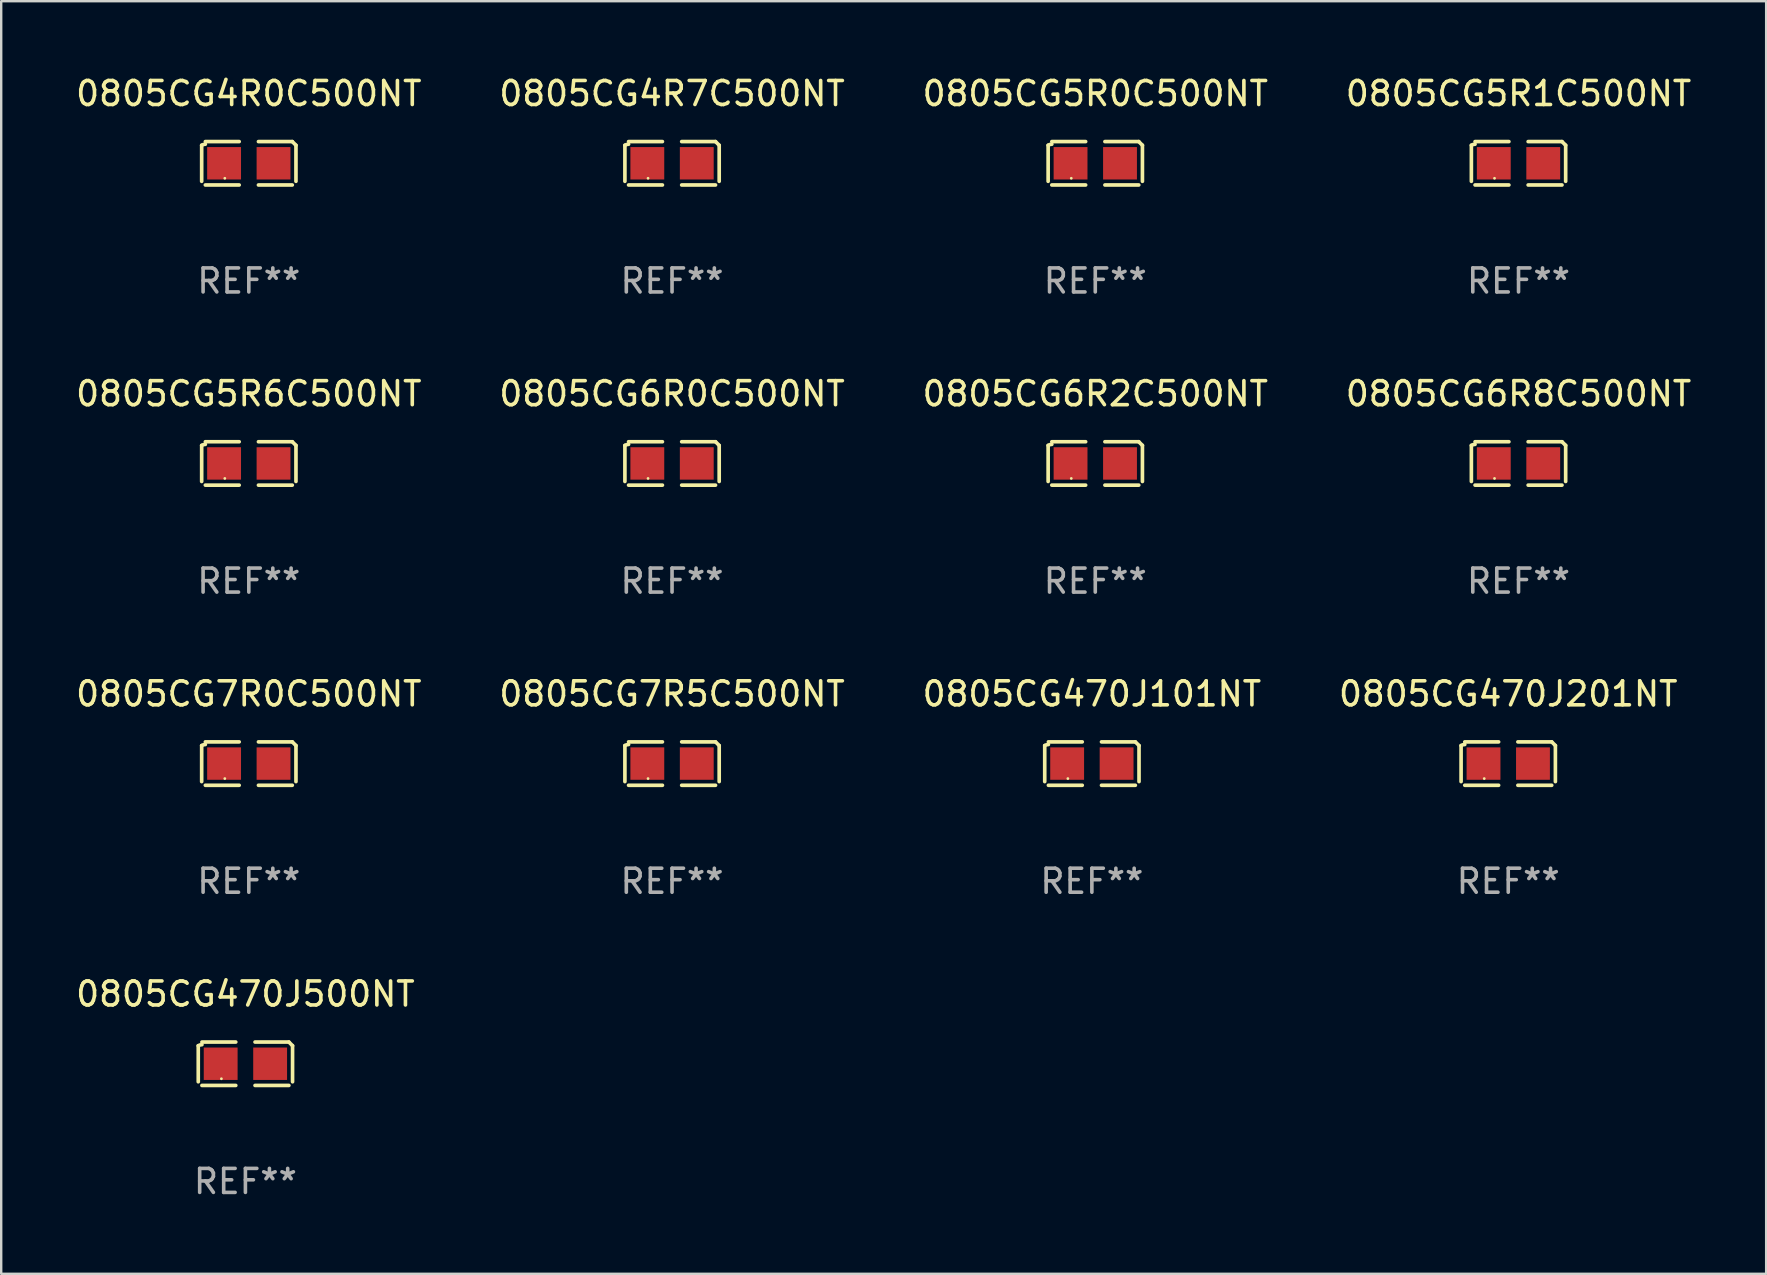
<source format=kicad_pcb>
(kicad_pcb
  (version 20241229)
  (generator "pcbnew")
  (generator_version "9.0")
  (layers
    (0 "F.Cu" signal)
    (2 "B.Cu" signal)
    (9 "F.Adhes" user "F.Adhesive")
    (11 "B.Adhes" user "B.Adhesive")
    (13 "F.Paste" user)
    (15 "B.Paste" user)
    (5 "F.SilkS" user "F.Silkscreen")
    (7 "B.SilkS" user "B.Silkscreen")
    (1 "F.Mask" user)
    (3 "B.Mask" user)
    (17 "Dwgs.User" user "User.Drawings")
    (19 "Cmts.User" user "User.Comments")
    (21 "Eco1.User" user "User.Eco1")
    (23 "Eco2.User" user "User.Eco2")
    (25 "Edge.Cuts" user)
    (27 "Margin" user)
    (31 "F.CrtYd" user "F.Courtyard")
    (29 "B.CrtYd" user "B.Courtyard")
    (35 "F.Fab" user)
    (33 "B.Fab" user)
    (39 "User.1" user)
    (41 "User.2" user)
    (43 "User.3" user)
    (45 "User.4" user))
  (footprint "0805CG6R2C500NT"
    (layer "F.Cu")
    (at 42.577 16.256)
    (property "Reference" "0805CG6R2C500NT" (at 0 -2.904 0) (layer "F.SilkS") (effects (font (size 1 1) (thickness 0.15))))
    (attr through_hole)
    (fp_line (start -1.964 0.751) (end -1.964 -0.751) (stroke (width 0.152) (type solid)) (layer "F.SilkS"))
    (fp_line (start -1.811 -0.904) (end -0.401 -0.904) (stroke (width 0.152) (type solid)) (layer "F.SilkS"))
    (fp_line (start -0.401 0.904) (end -1.811 0.904) (stroke (width 0.152) (type solid)) (layer "F.SilkS"))
    (fp_line (start 0.401 0.904) (end 1.811 0.904) (stroke (width 0.152) (type solid)) (layer "F.SilkS"))
    (fp_line (start 1.811 -0.904) (end 0.401 -0.904) (stroke (width 0.152) (type solid)) (layer "F.SilkS"))
    (fp_line (start 1.964 0.751) (end 1.964 -0.751) (stroke (width 0.152) (type solid)) (layer "F.SilkS"))
    (fp_arc (start -1.963602 -0.751207) (mid -1.890354 -0.783131) (end -1.811201 -0.794044) (stroke (width 0.1524) (type solid)) (layer "F.SilkS"))
    (fp_arc (start 1.811202 -0.903607) (mid 1.887413 -0.827418) (end 1.963602 -0.751207) (stroke (width 0.1524) (type solid)) (layer "F.SilkS"))
    (fp_circle (center -1 0.625) (end -0.97 0.625) (stroke (width 0.06) (type solid)) (fill no) (layer "F.SilkS"))
    (fp_text user "REF**" (at 0 4.904 0) (layer "F.Fab") (effects (font (size 1 1) (thickness 0.15))))
    (pad "1" smd rect (at -1.03 0) (size 1.41 1.35) (layers "F.Cu" "F.Mask" "F.Paste"))
    (pad "2" smd rect (at 1.03 0) (size 1.41 1.35) (layers "F.Cu" "F.Mask" "F.Paste")))
  (footprint "0805CG5R0C500NT"
    (layer "F.Cu")
    (at 42.577 3.752)
    (property "Reference" "0805CG5R0C500NT" (at 0 -2.904 0) (layer "F.SilkS") (effects (font (size 1 1) (thickness 0.15))))
    (attr through_hole)
    (fp_line (start -1.964 0.751) (end -1.964 -0.751) (stroke (width 0.152) (type solid)) (layer "F.SilkS"))
    (fp_line (start -1.811 -0.904) (end -0.401 -0.904) (stroke (width 0.152) (type solid)) (layer "F.SilkS"))
    (fp_line (start -0.401 0.904) (end -1.811 0.904) (stroke (width 0.152) (type solid)) (layer "F.SilkS"))
    (fp_line (start 0.401 0.904) (end 1.811 0.904) (stroke (width 0.152) (type solid)) (layer "F.SilkS"))
    (fp_line (start 1.811 -0.904) (end 0.401 -0.904) (stroke (width 0.152) (type solid)) (layer "F.SilkS"))
    (fp_line (start 1.964 0.751) (end 1.964 -0.751) (stroke (width 0.152) (type solid)) (layer "F.SilkS"))
    (fp_arc (start -1.963602 -0.751207) (mid -1.890354 -0.783131) (end -1.811201 -0.794044) (stroke (width 0.1524) (type solid)) (layer "F.SilkS"))
    (fp_arc (start 1.811202 -0.903607) (mid 1.887413 -0.827418) (end 1.963602 -0.751207) (stroke (width 0.1524) (type solid)) (layer "F.SilkS"))
    (fp_circle (center -1 0.625) (end -0.97 0.625) (stroke (width 0.06) (type solid)) (fill no) (layer "F.SilkS"))
    (fp_text user "REF**" (at 0 4.904 0) (layer "F.Fab") (effects (font (size 1 1) (thickness 0.15))))
    (pad "1" smd rect (at -1.03 0) (size 1.41 1.35) (layers "F.Cu" "F.Mask" "F.Paste"))
    (pad "2" smd rect (at 1.03 0) (size 1.41 1.35) (layers "F.Cu" "F.Mask" "F.Paste")))
  (footprint "0805CG7R0C500NT"
    (layer "F.Cu")
    (at 7.315 28.759)
    (property "Reference" "0805CG7R0C500NT" (at 0 -2.904 0) (layer "F.SilkS") (effects (font (size 1 1) (thickness 0.15))))
    (attr through_hole)
    (fp_line (start -1.964 0.751) (end -1.964 -0.751) (stroke (width 0.152) (type solid)) (layer "F.SilkS"))
    (fp_line (start -1.811 -0.904) (end -0.401 -0.904) (stroke (width 0.152) (type solid)) (layer "F.SilkS"))
    (fp_line (start -0.401 0.904) (end -1.811 0.904) (stroke (width 0.152) (type solid)) (layer "F.SilkS"))
    (fp_line (start 0.401 0.904) (end 1.811 0.904) (stroke (width 0.152) (type solid)) (layer "F.SilkS"))
    (fp_line (start 1.811 -0.904) (end 0.401 -0.904) (stroke (width 0.152) (type solid)) (layer "F.SilkS"))
    (fp_line (start 1.964 0.751) (end 1.964 -0.751) (stroke (width 0.152) (type solid)) (layer "F.SilkS"))
    (fp_arc (start -1.963602 -0.751207) (mid -1.890354 -0.783131) (end -1.811201 -0.794044) (stroke (width 0.1524) (type solid)) (layer "F.SilkS"))
    (fp_arc (start 1.811202 -0.903607) (mid 1.887413 -0.827418) (end 1.963602 -0.751207) (stroke (width 0.1524) (type solid)) (layer "F.SilkS"))
    (fp_circle (center -1 0.625) (end -0.97 0.625) (stroke (width 0.06) (type solid)) (fill no) (layer "F.SilkS"))
    (fp_text user "REF**" (at 0 4.904 0) (layer "F.Fab") (effects (font (size 1 1) (thickness 0.15))))
    (pad "1" smd rect (at -1.03 0) (size 1.41 1.35) (layers "F.Cu" "F.Mask" "F.Paste"))
    (pad "2" smd rect (at 1.03 0) (size 1.41 1.35) (layers "F.Cu" "F.Mask" "F.Paste")))
  (footprint "0805CG6R0C500NT"
    (layer "F.Cu")
    (at 24.946 16.256)
    (property "Reference" "0805CG6R0C500NT" (at 0 -2.904 0) (layer "F.SilkS") (effects (font (size 1 1) (thickness 0.15))))
    (attr through_hole)
    (fp_line (start -1.964 0.751) (end -1.964 -0.751) (stroke (width 0.152) (type solid)) (layer "F.SilkS"))
    (fp_line (start -1.811 -0.904) (end -0.401 -0.904) (stroke (width 0.152) (type solid)) (layer "F.SilkS"))
    (fp_line (start -0.401 0.904) (end -1.811 0.904) (stroke (width 0.152) (type solid)) (layer "F.SilkS"))
    (fp_line (start 0.401 0.904) (end 1.811 0.904) (stroke (width 0.152) (type solid)) (layer "F.SilkS"))
    (fp_line (start 1.811 -0.904) (end 0.401 -0.904) (stroke (width 0.152) (type solid)) (layer "F.SilkS"))
    (fp_line (start 1.964 0.751) (end 1.964 -0.751) (stroke (width 0.152) (type solid)) (layer "F.SilkS"))
    (fp_arc (start -1.963602 -0.751207) (mid -1.890354 -0.783131) (end -1.811201 -0.794044) (stroke (width 0.1524) (type solid)) (layer "F.SilkS"))
    (fp_arc (start 1.811202 -0.903607) (mid 1.887413 -0.827418) (end 1.963602 -0.751207) (stroke (width 0.1524) (type solid)) (layer "F.SilkS"))
    (fp_circle (center -1 0.625) (end -0.97 0.625) (stroke (width 0.06) (type solid)) (fill no) (layer "F.SilkS"))
    (fp_text user "REF**" (at 0 4.904 0) (layer "F.Fab") (effects (font (size 1 1) (thickness 0.15))))
    (pad "1" smd rect (at -1.03 0) (size 1.41 1.35) (layers "F.Cu" "F.Mask" "F.Paste"))
    (pad "2" smd rect (at 1.03 0) (size 1.41 1.35) (layers "F.Cu" "F.Mask" "F.Paste")))
  (footprint "0805CG470J201NT"
    (layer "F.Cu")
    (at 59.78 28.759)
    (property "Reference" "0805CG470J201NT" (at 0 -2.904 0) (layer "F.SilkS") (effects (font (size 1 1) (thickness 0.15))))
    (attr through_hole)
    (fp_line (start -1.964 0.751) (end -1.964 -0.751) (stroke (width 0.152) (type solid)) (layer "F.SilkS"))
    (fp_line (start -1.811 -0.904) (end -0.401 -0.904) (stroke (width 0.152) (type solid)) (layer "F.SilkS"))
    (fp_line (start -0.401 0.904) (end -1.811 0.904) (stroke (width 0.152) (type solid)) (layer "F.SilkS"))
    (fp_line (start 0.401 0.904) (end 1.811 0.904) (stroke (width 0.152) (type solid)) (layer "F.SilkS"))
    (fp_line (start 1.811 -0.904) (end 0.401 -0.904) (stroke (width 0.152) (type solid)) (layer "F.SilkS"))
    (fp_line (start 1.964 0.751) (end 1.964 -0.751) (stroke (width 0.152) (type solid)) (layer "F.SilkS"))
    (fp_arc (start -1.963602 -0.751207) (mid -1.890354 -0.783131) (end -1.811201 -0.794044) (stroke (width 0.1524) (type solid)) (layer "F.SilkS"))
    (fp_arc (start 1.811202 -0.903607) (mid 1.887413 -0.827418) (end 1.963602 -0.751207) (stroke (width 0.1524) (type solid)) (layer "F.SilkS"))
    (fp_circle (center -1 0.625) (end -0.97 0.625) (stroke (width 0.06) (type solid)) (fill no) (layer "F.SilkS"))
    (fp_text user "REF**" (at 0 4.904 0) (layer "F.Fab") (effects (font (size 1 1) (thickness 0.15))))
    (pad "1" smd rect (at -1.03 0) (size 1.41 1.35) (layers "F.Cu" "F.Mask" "F.Paste"))
    (pad "2" smd rect (at 1.03 0) (size 1.41 1.35) (layers "F.Cu" "F.Mask" "F.Paste")))
  (footprint "0805CG5R6C500NT"
    (layer "F.Cu")
    (at 7.315 16.256)
    (property "Reference" "0805CG5R6C500NT" (at 0 -2.904 0) (layer "F.SilkS") (effects (font (size 1 1) (thickness 0.15))))
    (attr through_hole)
    (fp_line (start -1.964 0.751) (end -1.964 -0.751) (stroke (width 0.152) (type solid)) (layer "F.SilkS"))
    (fp_line (start -1.811 -0.904) (end -0.401 -0.904) (stroke (width 0.152) (type solid)) (layer "F.SilkS"))
    (fp_line (start -0.401 0.904) (end -1.811 0.904) (stroke (width 0.152) (type solid)) (layer "F.SilkS"))
    (fp_line (start 0.401 0.904) (end 1.811 0.904) (stroke (width 0.152) (type solid)) (layer "F.SilkS"))
    (fp_line (start 1.811 -0.904) (end 0.401 -0.904) (stroke (width 0.152) (type solid)) (layer "F.SilkS"))
    (fp_line (start 1.964 0.751) (end 1.964 -0.751) (stroke (width 0.152) (type solid)) (layer "F.SilkS"))
    (fp_arc (start -1.963602 -0.751207) (mid -1.890354 -0.783131) (end -1.811201 -0.794044) (stroke (width 0.1524) (type solid)) (layer "F.SilkS"))
    (fp_arc (start 1.811202 -0.903607) (mid 1.887413 -0.827418) (end 1.963602 -0.751207) (stroke (width 0.1524) (type solid)) (layer "F.SilkS"))
    (fp_circle (center -1 0.625) (end -0.97 0.625) (stroke (width 0.06) (type solid)) (fill no) (layer "F.SilkS"))
    (fp_text user "REF**" (at 0 4.904 0) (layer "F.Fab") (effects (font (size 1 1) (thickness 0.15))))
    (pad "1" smd rect (at -1.03 0) (size 1.41 1.35) (layers "F.Cu" "F.Mask" "F.Paste"))
    (pad "2" smd rect (at 1.03 0) (size 1.41 1.35) (layers "F.Cu" "F.Mask" "F.Paste")))
  (footprint "0805CG5R1C500NT"
    (layer "F.Cu")
    (at 60.208 3.752)
    (property "Reference" "0805CG5R1C500NT" (at 0 -2.904 0) (layer "F.SilkS") (effects (font (size 1 1) (thickness 0.15))))
    (attr through_hole)
    (fp_line (start -1.964 0.751) (end -1.964 -0.751) (stroke (width 0.152) (type solid)) (layer "F.SilkS"))
    (fp_line (start -1.811 -0.904) (end -0.401 -0.904) (stroke (width 0.152) (type solid)) (layer "F.SilkS"))
    (fp_line (start -0.401 0.904) (end -1.811 0.904) (stroke (width 0.152) (type solid)) (layer "F.SilkS"))
    (fp_line (start 0.401 0.904) (end 1.811 0.904) (stroke (width 0.152) (type solid)) (layer "F.SilkS"))
    (fp_line (start 1.811 -0.904) (end 0.401 -0.904) (stroke (width 0.152) (type solid)) (layer "F.SilkS"))
    (fp_line (start 1.964 0.751) (end 1.964 -0.751) (stroke (width 0.152) (type solid)) (layer "F.SilkS"))
    (fp_arc (start -1.963602 -0.751207) (mid -1.890354 -0.783131) (end -1.811201 -0.794044) (stroke (width 0.1524) (type solid)) (layer "F.SilkS"))
    (fp_arc (start 1.811202 -0.903607) (mid 1.887413 -0.827418) (end 1.963602 -0.751207) (stroke (width 0.1524) (type solid)) (layer "F.SilkS"))
    (fp_circle (center -1 0.625) (end -0.97 0.625) (stroke (width 0.06) (type solid)) (fill no) (layer "F.SilkS"))
    (fp_text user "REF**" (at 0 4.904 0) (layer "F.Fab") (effects (font (size 1 1) (thickness 0.15))))
    (pad "1" smd rect (at -1.03 0) (size 1.41 1.35) (layers "F.Cu" "F.Mask" "F.Paste"))
    (pad "2" smd rect (at 1.03 0) (size 1.41 1.35) (layers "F.Cu" "F.Mask" "F.Paste")))
  (footprint "0805CG7R5C500NT"
    (layer "F.Cu")
    (at 24.946 28.759)
    (property "Reference" "0805CG7R5C500NT" (at 0 -2.904 0) (layer "F.SilkS") (effects (font (size 1 1) (thickness 0.15))))
    (attr through_hole)
    (fp_line (start -1.964 0.751) (end -1.964 -0.751) (stroke (width 0.152) (type solid)) (layer "F.SilkS"))
    (fp_line (start -1.811 -0.904) (end -0.401 -0.904) (stroke (width 0.152) (type solid)) (layer "F.SilkS"))
    (fp_line (start -0.401 0.904) (end -1.811 0.904) (stroke (width 0.152) (type solid)) (layer "F.SilkS"))
    (fp_line (start 0.401 0.904) (end 1.811 0.904) (stroke (width 0.152) (type solid)) (layer "F.SilkS"))
    (fp_line (start 1.811 -0.904) (end 0.401 -0.904) (stroke (width 0.152) (type solid)) (layer "F.SilkS"))
    (fp_line (start 1.964 0.751) (end 1.964 -0.751) (stroke (width 0.152) (type solid)) (layer "F.SilkS"))
    (fp_arc (start -1.963602 -0.751207) (mid -1.890354 -0.783131) (end -1.811201 -0.794044) (stroke (width 0.1524) (type solid)) (layer "F.SilkS"))
    (fp_arc (start 1.811202 -0.903607) (mid 1.887413 -0.827418) (end 1.963602 -0.751207) (stroke (width 0.1524) (type solid)) (layer "F.SilkS"))
    (fp_circle (center -1 0.625) (end -0.97 0.625) (stroke (width 0.06) (type solid)) (fill no) (layer "F.SilkS"))
    (fp_text user "REF**" (at 0 4.904 0) (layer "F.Fab") (effects (font (size 1 1) (thickness 0.15))))
    (pad "1" smd rect (at -1.03 0) (size 1.41 1.35) (layers "F.Cu" "F.Mask" "F.Paste"))
    (pad "2" smd rect (at 1.03 0) (size 1.41 1.35) (layers "F.Cu" "F.Mask" "F.Paste")))
  (footprint "0805CG470J101NT"
    (layer "F.Cu")
    (at 42.435 28.759)
    (property "Reference" "0805CG470J101NT" (at 0 -2.904 0) (layer "F.SilkS") (effects (font (size 1 1) (thickness 0.15))))
    (attr through_hole)
    (fp_line (start -1.964 0.751) (end -1.964 -0.751) (stroke (width 0.152) (type solid)) (layer "F.SilkS"))
    (fp_line (start -1.811 -0.904) (end -0.401 -0.904) (stroke (width 0.152) (type solid)) (layer "F.SilkS"))
    (fp_line (start -0.401 0.904) (end -1.811 0.904) (stroke (width 0.152) (type solid)) (layer "F.SilkS"))
    (fp_line (start 0.401 0.904) (end 1.811 0.904) (stroke (width 0.152) (type solid)) (layer "F.SilkS"))
    (fp_line (start 1.811 -0.904) (end 0.401 -0.904) (stroke (width 0.152) (type solid)) (layer "F.SilkS"))
    (fp_line (start 1.964 0.751) (end 1.964 -0.751) (stroke (width 0.152) (type solid)) (layer "F.SilkS"))
    (fp_arc (start -1.963602 -0.751207) (mid -1.890354 -0.783131) (end -1.811201 -0.794044) (stroke (width 0.1524) (type solid)) (layer "F.SilkS"))
    (fp_arc (start 1.811202 -0.903607) (mid 1.887413 -0.827418) (end 1.963602 -0.751207) (stroke (width 0.1524) (type solid)) (layer "F.SilkS"))
    (fp_circle (center -1 0.625) (end -0.97 0.625) (stroke (width 0.06) (type solid)) (fill no) (layer "F.SilkS"))
    (fp_text user "REF**" (at 0 4.904 0) (layer "F.Fab") (effects (font (size 1 1) (thickness 0.15))))
    (pad "1" smd rect (at -1.03 0) (size 1.41 1.35) (layers "F.Cu" "F.Mask" "F.Paste"))
    (pad "2" smd rect (at 1.03 0) (size 1.41 1.35) (layers "F.Cu" "F.Mask" "F.Paste")))
  (footprint "0805CG4R7C500NT"
    (layer "F.Cu")
    (at 24.946 3.752)
    (property "Reference" "0805CG4R7C500NT" (at 0 -2.904 0) (layer "F.SilkS") (effects (font (size 1 1) (thickness 0.15))))
    (attr through_hole)
    (fp_line (start -1.964 0.751) (end -1.964 -0.751) (stroke (width 0.152) (type solid)) (layer "F.SilkS"))
    (fp_line (start -1.811 -0.904) (end -0.401 -0.904) (stroke (width 0.152) (type solid)) (layer "F.SilkS"))
    (fp_line (start -0.401 0.904) (end -1.811 0.904) (stroke (width 0.152) (type solid)) (layer "F.SilkS"))
    (fp_line (start 0.401 0.904) (end 1.811 0.904) (stroke (width 0.152) (type solid)) (layer "F.SilkS"))
    (fp_line (start 1.811 -0.904) (end 0.401 -0.904) (stroke (width 0.152) (type solid)) (layer "F.SilkS"))
    (fp_line (start 1.964 0.751) (end 1.964 -0.751) (stroke (width 0.152) (type solid)) (layer "F.SilkS"))
    (fp_arc (start -1.963602 -0.751207) (mid -1.890354 -0.783131) (end -1.811201 -0.794044) (stroke (width 0.1524) (type solid)) (layer "F.SilkS"))
    (fp_arc (start 1.811202 -0.903607) (mid 1.887413 -0.827418) (end 1.963602 -0.751207) (stroke (width 0.1524) (type solid)) (layer "F.SilkS"))
    (fp_circle (center -1 0.625) (end -0.97 0.625) (stroke (width 0.06) (type solid)) (fill no) (layer "F.SilkS"))
    (fp_text user "REF**" (at 0 4.904 0) (layer "F.Fab") (effects (font (size 1 1) (thickness 0.15))))
    (pad "1" smd rect (at -1.03 0) (size 1.41 1.35) (layers "F.Cu" "F.Mask" "F.Paste"))
    (pad "2" smd rect (at 1.03 0) (size 1.41 1.35) (layers "F.Cu" "F.Mask" "F.Paste")))
  (footprint "0805CG4R0C500NT"
    (layer "F.Cu")
    (at 7.315 3.752)
    (property "Reference" "0805CG4R0C500NT" (at 0 -2.904 0) (layer "F.SilkS") (effects (font (size 1 1) (thickness 0.15))))
    (attr through_hole)
    (fp_line (start -1.964 0.751) (end -1.964 -0.751) (stroke (width 0.152) (type solid)) (layer "F.SilkS"))
    (fp_line (start -1.811 -0.904) (end -0.401 -0.904) (stroke (width 0.152) (type solid)) (layer "F.SilkS"))
    (fp_line (start -0.401 0.904) (end -1.811 0.904) (stroke (width 0.152) (type solid)) (layer "F.SilkS"))
    (fp_line (start 0.401 0.904) (end 1.811 0.904) (stroke (width 0.152) (type solid)) (layer "F.SilkS"))
    (fp_line (start 1.811 -0.904) (end 0.401 -0.904) (stroke (width 0.152) (type solid)) (layer "F.SilkS"))
    (fp_line (start 1.964 0.751) (end 1.964 -0.751) (stroke (width 0.152) (type solid)) (layer "F.SilkS"))
    (fp_arc (start -1.963602 -0.751207) (mid -1.890354 -0.783131) (end -1.811201 -0.794044) (stroke (width 0.1524) (type solid)) (layer "F.SilkS"))
    (fp_arc (start 1.811202 -0.903607) (mid 1.887413 -0.827418) (end 1.963602 -0.751207) (stroke (width 0.1524) (type solid)) (layer "F.SilkS"))
    (fp_circle (center -1 0.625) (end -0.97 0.625) (stroke (width 0.06) (type solid)) (fill no) (layer "F.SilkS"))
    (fp_text user "REF**" (at 0 4.904 0) (layer "F.Fab") (effects (font (size 1 1) (thickness 0.15))))
    (pad "1" smd rect (at -1.03 0) (size 1.41 1.35) (layers "F.Cu" "F.Mask" "F.Paste"))
    (pad "2" smd rect (at 1.03 0) (size 1.41 1.35) (layers "F.Cu" "F.Mask" "F.Paste")))
  (footprint "0805CG470J500NT"
    (layer "F.Cu")
    (at 7.173 41.263)
    (property "Reference" "0805CG470J500NT" (at 0 -2.904 0) (layer "F.SilkS") (effects (font (size 1 1) (thickness 0.15))))
    (attr through_hole)
    (fp_line (start -1.964 0.751) (end -1.964 -0.751) (stroke (width 0.152) (type solid)) (layer "F.SilkS"))
    (fp_line (start -1.811 -0.904) (end -0.401 -0.904) (stroke (width 0.152) (type solid)) (layer "F.SilkS"))
    (fp_line (start -0.401 0.904) (end -1.811 0.904) (stroke (width 0.152) (type solid)) (layer "F.SilkS"))
    (fp_line (start 0.401 0.904) (end 1.811 0.904) (stroke (width 0.152) (type solid)) (layer "F.SilkS"))
    (fp_line (start 1.811 -0.904) (end 0.401 -0.904) (stroke (width 0.152) (type solid)) (layer "F.SilkS"))
    (fp_line (start 1.964 0.751) (end 1.964 -0.751) (stroke (width 0.152) (type solid)) (layer "F.SilkS"))
    (fp_arc (start -1.963602 -0.751207) (mid -1.890354 -0.783131) (end -1.811201 -0.794044) (stroke (width 0.1524) (type solid)) (layer "F.SilkS"))
    (fp_arc (start 1.811202 -0.903607) (mid 1.887413 -0.827418) (end 1.963602 -0.751207) (stroke (width 0.1524) (type solid)) (layer "F.SilkS"))
    (fp_circle (center -1 0.625) (end -0.97 0.625) (stroke (width 0.06) (type solid)) (fill no) (layer "F.SilkS"))
    (fp_text user "REF**" (at 0 4.904 0) (layer "F.Fab") (effects (font (size 1 1) (thickness 0.15))))
    (pad "1" smd rect (at -1.03 0) (size 1.41 1.35) (layers "F.Cu" "F.Mask" "F.Paste"))
    (pad "2" smd rect (at 1.03 0) (size 1.41 1.35) (layers "F.Cu" "F.Mask" "F.Paste")))
  (footprint "0805CG6R8C500NT"
    (layer "F.Cu")
    (at 60.208 16.256)
    (property "Reference" "0805CG6R8C500NT" (at 0 -2.904 0) (layer "F.SilkS") (effects (font (size 1 1) (thickness 0.15))))
    (attr through_hole)
    (fp_line (start -1.964 0.751) (end -1.964 -0.751) (stroke (width 0.152) (type solid)) (layer "F.SilkS"))
    (fp_line (start -1.811 -0.904) (end -0.401 -0.904) (stroke (width 0.152) (type solid)) (layer "F.SilkS"))
    (fp_line (start -0.401 0.904) (end -1.811 0.904) (stroke (width 0.152) (type solid)) (layer "F.SilkS"))
    (fp_line (start 0.401 0.904) (end 1.811 0.904) (stroke (width 0.152) (type solid)) (layer "F.SilkS"))
    (fp_line (start 1.811 -0.904) (end 0.401 -0.904) (stroke (width 0.152) (type solid)) (layer "F.SilkS"))
    (fp_line (start 1.964 0.751) (end 1.964 -0.751) (stroke (width 0.152) (type solid)) (layer "F.SilkS"))
    (fp_arc (start -1.963602 -0.751207) (mid -1.890354 -0.783131) (end -1.811201 -0.794044) (stroke (width 0.1524) (type solid)) (layer "F.SilkS"))
    (fp_arc (start 1.811202 -0.903607) (mid 1.887413 -0.827418) (end 1.963602 -0.751207) (stroke (width 0.1524) (type solid)) (layer "F.SilkS"))
    (fp_circle (center -1 0.625) (end -0.97 0.625) (stroke (width 0.06) (type solid)) (fill no) (layer "F.SilkS"))
    (fp_text user "REF**" (at 0 4.904 0) (layer "F.Fab") (effects (font (size 1 1) (thickness 0.15))))
    (pad "1" smd rect (at -1.03 0) (size 1.41 1.35) (layers "F.Cu" "F.Mask" "F.Paste"))
    (pad "2" smd rect (at 1.03 0) (size 1.41 1.35) (layers "F.Cu" "F.Mask" "F.Paste")))
  (gr_rect
    (start -3 -3)
    (end 70.524 50.015)
    (stroke (width 0.1) (type default))
    (fill no)
    (layer "Edge.Cuts")))
</source>
